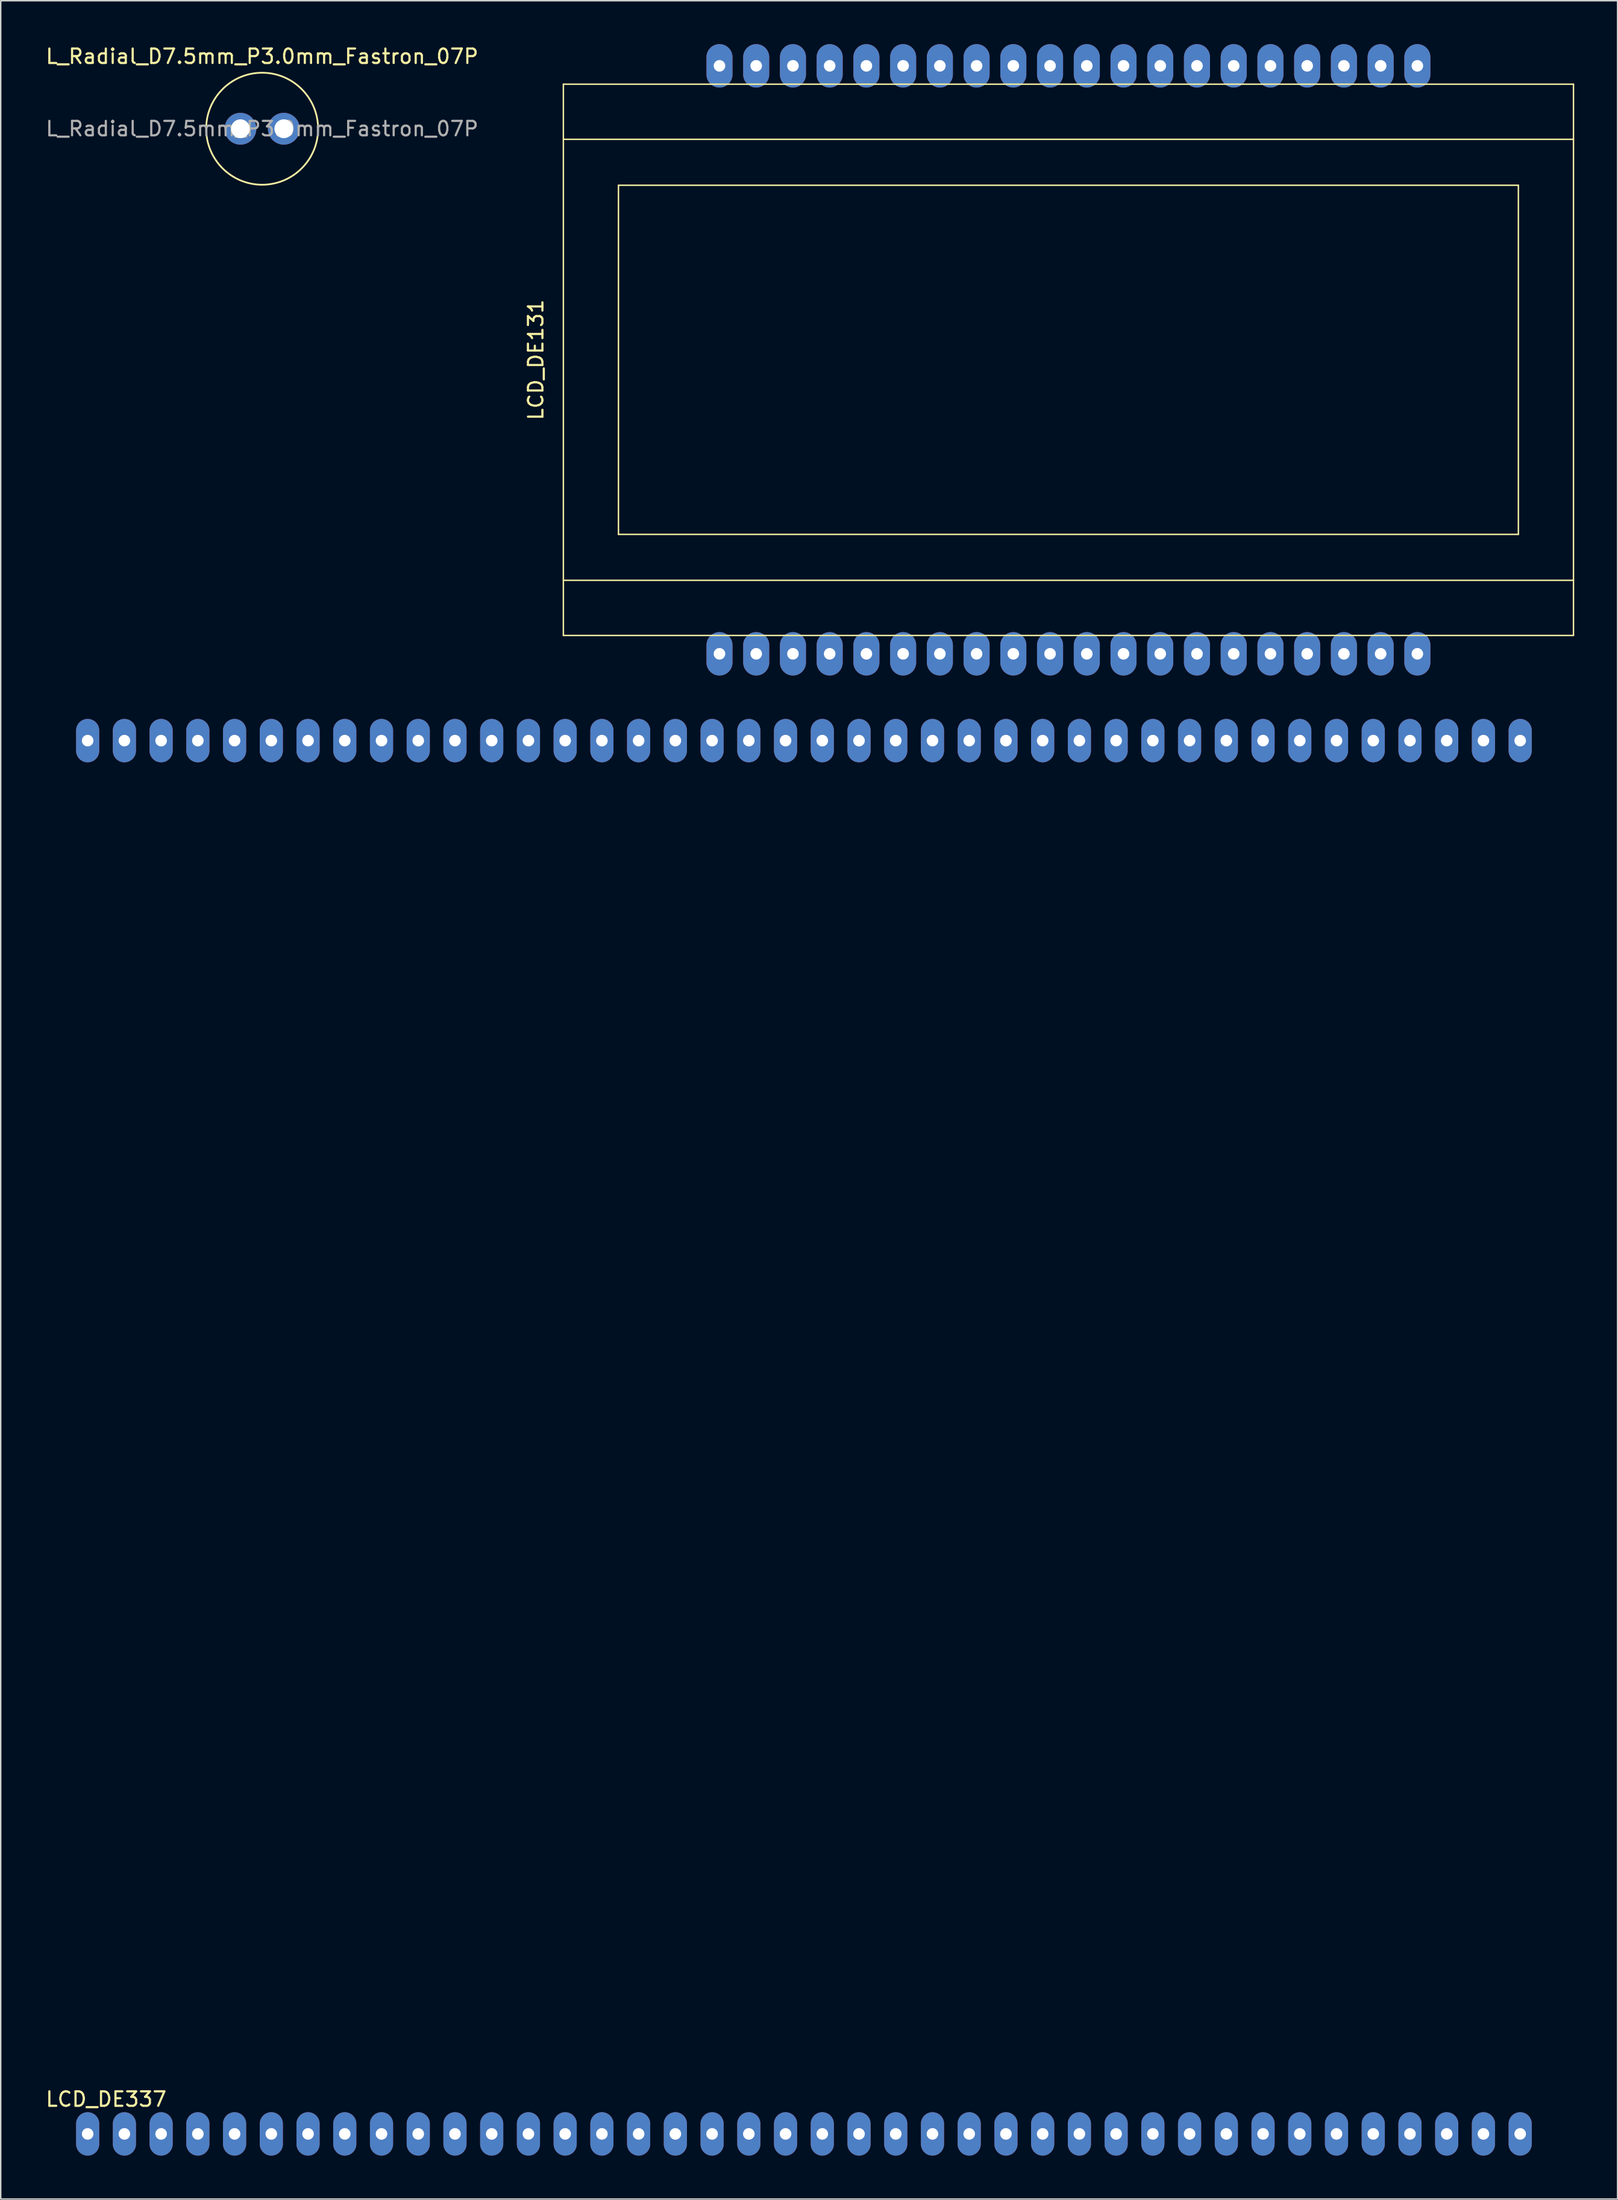
<source format=kicad_pcb>
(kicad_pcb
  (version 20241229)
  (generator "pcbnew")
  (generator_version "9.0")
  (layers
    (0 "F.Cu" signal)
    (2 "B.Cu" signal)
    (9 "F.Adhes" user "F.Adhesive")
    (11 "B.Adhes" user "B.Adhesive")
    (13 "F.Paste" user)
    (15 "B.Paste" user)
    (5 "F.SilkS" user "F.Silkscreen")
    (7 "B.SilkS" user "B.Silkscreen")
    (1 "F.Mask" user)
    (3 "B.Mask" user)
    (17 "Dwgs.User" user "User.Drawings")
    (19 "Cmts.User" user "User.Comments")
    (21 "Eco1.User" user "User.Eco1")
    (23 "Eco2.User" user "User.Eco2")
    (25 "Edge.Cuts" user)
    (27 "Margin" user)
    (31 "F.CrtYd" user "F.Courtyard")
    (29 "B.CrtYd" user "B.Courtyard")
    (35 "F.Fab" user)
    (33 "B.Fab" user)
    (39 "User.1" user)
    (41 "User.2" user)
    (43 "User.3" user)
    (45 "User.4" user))
  (footprint "LCD_DE131"
    (layer "F.Cu")
    (at 70.833 21.82)
    (property "Reference" "LCD_DE131" (at -36.83 0 90) (unlocked yes) (layer "F.SilkS") (effects (font (size 1 1) (thickness 0.15))))
    (attr through_hole)
    (fp_line (start -34.925 -19.05) (end -34.925 19.05) (stroke (width 0.1) (type solid)) (layer "F.SilkS"))
    (fp_line (start -34.925 19.05) (end 34.925 19.05) (stroke (width 0.1) (type solid)) (layer "F.SilkS"))
    (fp_line (start -31.115 12.065) (end -31.115 -12.065) (stroke (width 0.1) (type solid)) (layer "F.SilkS"))
    (fp_line (start 31.115 -12.065) (end -31.115 -12.065) (stroke (width 0.1) (type solid)) (layer "F.SilkS"))
    (fp_line (start 31.115 -12.065) (end 31.115 12.065) (stroke (width 0.1) (type solid)) (layer "F.SilkS"))
    (fp_line (start 31.115 12.065) (end -31.115 12.065) (stroke (width 0.1) (type solid)) (layer "F.SilkS"))
    (fp_line (start 34.925 -19.05) (end -34.925 -19.05) (stroke (width 0.1) (type solid)) (layer "F.SilkS"))
    (fp_line (start 34.925 -19.05) (end 34.925 19.05) (stroke (width 0.1) (type solid)) (layer "F.SilkS"))
    (fp_line (start 34.925 -15.24) (end -34.925 -15.24) (stroke (width 0.1) (type solid)) (layer "F.SilkS"))
    (fp_line (start 34.925 15.24) (end -34.925 15.24) (stroke (width 0.1) (type solid)) (layer "F.SilkS"))
    (pad "1" thru_hole oval (at -24.13 20.32) (size 1.8 3) (drill 0.8) (layers "*.Cu" "*.Mask"))
    (pad "2" thru_hole oval (at -21.59 20.32) (size 1.8 3) (drill 0.8) (layers "*.Cu" "*.Mask"))
    (pad "3" thru_hole oval (at -19.05 20.32) (size 1.8 3) (drill 0.8) (layers "*.Cu" "*.Mask"))
    (pad "4" thru_hole oval (at -16.51 20.32) (size 1.8 3) (drill 0.8) (layers "*.Cu" "*.Mask"))
    (pad "5" thru_hole oval (at -13.97 20.32) (size 1.8 3) (drill 0.8) (layers "*.Cu" "*.Mask"))
    (pad "6" thru_hole oval (at -11.43 20.32) (size 1.8 3) (drill 0.8) (layers "*.Cu" "*.Mask"))
    (pad "7" thru_hole oval (at -8.89 20.32) (size 1.8 3) (drill 0.8) (layers "*.Cu" "*.Mask"))
    (pad "8" thru_hole oval (at -6.35 20.32) (size 1.8 3) (drill 0.8) (layers "*.Cu" "*.Mask"))
    (pad "9" thru_hole oval (at -3.81 20.32) (size 1.8 3) (drill 0.8) (layers "*.Cu" "*.Mask"))
    (pad "10" thru_hole oval (at -1.27 20.32) (size 1.8 3) (drill 0.8) (layers "*.Cu" "*.Mask"))
    (pad "11" thru_hole oval (at 1.27 20.32) (size 1.8 3) (drill 0.8) (layers "*.Cu" "*.Mask"))
    (pad "12" thru_hole oval (at 3.81 20.32) (size 1.8 3) (drill 0.8) (layers "*.Cu" "*.Mask"))
    (pad "13" thru_hole oval (at 6.35 20.32) (size 1.8 3) (drill 0.8) (layers "*.Cu" "*.Mask"))
    (pad "14" thru_hole oval (at 8.89 20.32) (size 1.8 3) (drill 0.8) (layers "*.Cu" "*.Mask"))
    (pad "15" thru_hole oval (at 11.43 20.32) (size 1.8 3) (drill 0.8) (layers "*.Cu" "*.Mask"))
    (pad "16" thru_hole oval (at 13.97 20.32) (size 1.8 3) (drill 0.8) (layers "*.Cu" "*.Mask"))
    (pad "17" thru_hole oval (at 16.51 20.32) (size 1.8 3) (drill 0.8) (layers "*.Cu" "*.Mask"))
    (pad "18" thru_hole oval (at 19.05 20.32) (size 1.8 3) (drill 0.8) (layers "*.Cu" "*.Mask"))
    (pad "19" thru_hole oval (at 21.59 20.32) (size 1.8 3) (drill 0.8) (layers "*.Cu" "*.Mask"))
    (pad "20" thru_hole oval (at 24.13 20.32) (size 1.8 3) (drill 0.8) (layers "*.Cu" "*.Mask"))
    (pad "21" thru_hole oval (at 24.13 -20.32) (size 1.8 3) (drill 0.8) (layers "*.Cu" "*.Mask"))
    (pad "22" thru_hole oval (at 21.59 -20.32) (size 1.8 3) (drill 0.8) (layers "*.Cu" "*.Mask"))
    (pad "23" thru_hole oval (at 19.05 -20.32) (size 1.8 3) (drill 0.8) (layers "*.Cu" "*.Mask"))
    (pad "24" thru_hole oval (at 16.51 -20.32) (size 1.8 3) (drill 0.8) (layers "*.Cu" "*.Mask"))
    (pad "25" thru_hole oval (at 13.97 -20.32) (size 1.8 3) (drill 0.8) (layers "*.Cu" "*.Mask"))
    (pad "26" thru_hole oval (at 11.43 -20.32) (size 1.8 3) (drill 0.8) (layers "*.Cu" "*.Mask"))
    (pad "27" thru_hole oval (at 8.89 -20.32) (size 1.8 3) (drill 0.8) (layers "*.Cu" "*.Mask"))
    (pad "28" thru_hole oval (at 6.35 -20.32) (size 1.8 3) (drill 0.8) (layers "*.Cu" "*.Mask"))
    (pad "29" thru_hole oval (at 3.81 -20.32) (size 1.8 3) (drill 0.8) (layers "*.Cu" "*.Mask"))
    (pad "30" thru_hole oval (at 1.27 -20.32) (size 1.8 3) (drill 0.8) (layers "*.Cu" "*.Mask"))
    (pad "31" thru_hole oval (at -1.27 -20.32) (size 1.8 3) (drill 0.8) (layers "*.Cu" "*.Mask"))
    (pad "32" thru_hole oval (at -3.81 -20.32) (size 1.8 3) (drill 0.8) (layers "*.Cu" "*.Mask"))
    (pad "33" thru_hole oval (at -6.35 -20.32) (size 1.8 3) (drill 0.8) (layers "*.Cu" "*.Mask"))
    (pad "34" thru_hole oval (at -8.89 -20.32) (size 1.8 3) (drill 0.8) (layers "*.Cu" "*.Mask"))
    (pad "35" thru_hole oval (at -11.43 -20.32) (size 1.8 3) (drill 0.8) (layers "*.Cu" "*.Mask"))
    (pad "36" thru_hole oval (at -13.97 -20.32) (size 1.8 3) (drill 0.8) (layers "*.Cu" "*.Mask"))
    (pad "37" thru_hole oval (at -16.51 -20.32) (size 1.8 3) (drill 0.8) (layers "*.Cu" "*.Mask"))
    (pad "38" thru_hole oval (at -19.05 -20.32) (size 1.8 3) (drill 0.8) (layers "*.Cu" "*.Mask"))
    (pad "39" thru_hole oval (at -21.59 -20.32) (size 1.8 3) (drill 0.8) (layers "*.Cu" "*.Mask"))
    (pad "40" thru_hole oval (at -24.13 -20.32) (size 1.8 3) (drill 0.8) (layers "*.Cu" "*.Mask")))
  (footprint "L_Radial_D7.5mm_P3.0mm_Fastron_07P"
    (layer "F.Cu")
    (at 15.077 5.848)
    (property "Reference" "L_Radial_D7.5mm_P3.0mm_Fastron_07P" (at 0 -5 0) (layer "F.SilkS") (effects (font (size 1 1) (thickness 0.15))))
    (attr through_hole)
    (fp_circle (center 0 0) (end 3.87 0) (stroke (width 0.12) (type solid)) (fill no) (layer "F.SilkS"))
    (fp_text user "${REFERENCE}" (at 0 0 0) (layer "F.Fab") (effects (font (size 1 1) (thickness 0.15))))
    (pad "1" thru_hole circle (at -1.5 0) (size 2.2 2.2) (drill 1.3) (layers "*.Cu" "*.Mask"))
    (pad "2" thru_hole circle (at 1.5 0) (size 2.2 2.2) (drill 1.3) (layers "*.Cu" "*.Mask")))
  (footprint "LCD_DE337"
    (layer "F.Cu")
    (at 52.542 96.29)
    (property "Reference" "LCD_DE337" (at -48.25 45.75 0) (unlocked yes) (layer "F.SilkS") (effects (font (size 1 1) (thickness 0.15))))
    (attr through_hole)
    (pad "1" thru_hole oval (at -49.53 48.15) (size 1.6 3) (drill 0.8) (layers "*.Cu" "*.Mask"))
    (pad "2" thru_hole oval (at -46.99 48.15) (size 1.6 3) (drill 0.8) (layers "*.Cu" "*.Mask"))
    (pad "3" thru_hole oval (at -44.45 48.15) (size 1.6 3) (drill 0.8) (layers "*.Cu" "*.Mask"))
    (pad "4" thru_hole oval (at -41.91 48.15) (size 1.6 3) (drill 0.8) (layers "*.Cu" "*.Mask"))
    (pad "5" thru_hole oval (at -39.37 48.15) (size 1.6 3) (drill 0.8) (layers "*.Cu" "*.Mask"))
    (pad "6" thru_hole oval (at -36.83 48.15) (size 1.6 3) (drill 0.8) (layers "*.Cu" "*.Mask"))
    (pad "7" thru_hole oval (at -34.29 48.15) (size 1.6 3) (drill 0.8) (layers "*.Cu" "*.Mask"))
    (pad "8" thru_hole oval (at -31.75 48.15) (size 1.6 3) (drill 0.8) (layers "*.Cu" "*.Mask"))
    (pad "9" thru_hole oval (at -29.21 48.15) (size 1.6 3) (drill 0.8) (layers "*.Cu" "*.Mask"))
    (pad "10" thru_hole oval (at -26.67 48.15) (size 1.6 3) (drill 0.8) (layers "*.Cu" "*.Mask"))
    (pad "11" thru_hole oval (at -24.13 48.15) (size 1.6 3) (drill 0.8) (layers "*.Cu" "*.Mask"))
    (pad "12" thru_hole oval (at -21.59 48.15) (size 1.6 3) (drill 0.8) (layers "*.Cu" "*.Mask"))
    (pad "13" thru_hole oval (at -19.05 48.15) (size 1.6 3) (drill 0.8) (layers "*.Cu" "*.Mask"))
    (pad "14" thru_hole oval (at -16.51 48.15) (size 1.6 3) (drill 0.8) (layers "*.Cu" "*.Mask"))
    (pad "15" thru_hole oval (at -13.97 48.15) (size 1.6 3) (drill 0.8) (layers "*.Cu" "*.Mask"))
    (pad "16" thru_hole oval (at -11.43 48.15) (size 1.6 3) (drill 0.8) (layers "*.Cu" "*.Mask"))
    (pad "17" thru_hole oval (at -8.89 48.15) (size 1.6 3) (drill 0.8) (layers "*.Cu" "*.Mask"))
    (pad "18" thru_hole oval (at -6.35 48.15) (size 1.6 3) (drill 0.8) (layers "*.Cu" "*.Mask"))
    (pad "19" thru_hole oval (at -3.81 48.15) (size 1.6 3) (drill 0.8) (layers "*.Cu" "*.Mask"))
    (pad "20" thru_hole oval (at -1.27 48.15) (size 1.6 3) (drill 0.8) (layers "*.Cu" "*.Mask"))
    (pad "21" thru_hole oval (at 1.27 48.15) (size 1.6 3) (drill 0.8) (layers "*.Cu" "*.Mask"))
    (pad "22" thru_hole oval (at 3.81 48.15) (size 1.6 3) (drill 0.8) (layers "*.Cu" "*.Mask"))
    (pad "23" thru_hole oval (at 6.35 48.15) (size 1.6 3) (drill 0.8) (layers "*.Cu" "*.Mask"))
    (pad "24" thru_hole oval (at 8.89 48.15) (size 1.6 3) (drill 0.8) (layers "*.Cu" "*.Mask"))
    (pad "25" thru_hole oval (at 11.43 48.15) (size 1.6 3) (drill 0.8) (layers "*.Cu" "*.Mask"))
    (pad "26" thru_hole oval (at 13.97 48.15) (size 1.6 3) (drill 0.8) (layers "*.Cu" "*.Mask"))
    (pad "27" thru_hole oval (at 16.51 48.15) (size 1.6 3) (drill 0.8) (layers "*.Cu" "*.Mask"))
    (pad "28" thru_hole oval (at 19.05 48.15) (size 1.6 3) (drill 0.8) (layers "*.Cu" "*.Mask"))
    (pad "29" thru_hole oval (at 21.59 48.15) (size 1.6 3) (drill 0.8) (layers "*.Cu" "*.Mask"))
    (pad "30" thru_hole oval (at 24.13 48.15) (size 1.6 3) (drill 0.8) (layers "*.Cu" "*.Mask"))
    (pad "31" thru_hole oval (at 26.67 48.15) (size 1.6 3) (drill 0.8) (layers "*.Cu" "*.Mask"))
    (pad "32" thru_hole oval (at 29.21 48.15) (size 1.6 3) (drill 0.8) (layers "*.Cu" "*.Mask"))
    (pad "33" thru_hole oval (at 31.75 48.15) (size 1.6 3) (drill 0.8) (layers "*.Cu" "*.Mask"))
    (pad "34" thru_hole oval (at 34.29 48.15) (size 1.6 3) (drill 0.8) (layers "*.Cu" "*.Mask"))
    (pad "35" thru_hole oval (at 36.83 48.15) (size 1.6 3) (drill 0.8) (layers "*.Cu" "*.Mask"))
    (pad "36" thru_hole oval (at 39.37 48.15) (size 1.6 3) (drill 0.8) (layers "*.Cu" "*.Mask"))
    (pad "37" thru_hole oval (at 41.91 48.15) (size 1.6 3) (drill 0.8) (layers "*.Cu" "*.Mask"))
    (pad "38" thru_hole oval (at 44.45 48.15) (size 1.6 3) (drill 0.8) (layers "*.Cu" "*.Mask"))
    (pad "39" thru_hole oval (at 46.99 48.15) (size 1.6 3) (drill 0.8) (layers "*.Cu" "*.Mask"))
    (pad "40" thru_hole oval (at 49.53 48.15) (size 1.6 3) (drill 0.8) (layers "*.Cu" "*.Mask"))
    (pad "41" thru_hole oval (at 49.53 -48.15) (size 1.6 3) (drill 0.8) (layers "*.Cu" "*.Mask"))
    (pad "42" thru_hole oval (at 46.99 -48.15) (size 1.6 3) (drill 0.8) (layers "*.Cu" "*.Mask"))
    (pad "43" thru_hole oval (at 44.45 -48.15) (size 1.6 3) (drill 0.8) (layers "*.Cu" "*.Mask"))
    (pad "44" thru_hole oval (at 41.91 -48.15) (size 1.6 3) (drill 0.8) (layers "*.Cu" "*.Mask"))
    (pad "45" thru_hole oval (at 39.37 -48.15) (size 1.6 3) (drill 0.8) (layers "*.Cu" "*.Mask"))
    (pad "46" thru_hole oval (at 36.83 -48.15) (size 1.6 3) (drill 0.8) (layers "*.Cu" "*.Mask"))
    (pad "47" thru_hole oval (at 34.29 -48.15) (size 1.6 3) (drill 0.8) (layers "*.Cu" "*.Mask"))
    (pad "48" thru_hole oval (at 31.75 -48.15) (size 1.6 3) (drill 0.8) (layers "*.Cu" "*.Mask"))
    (pad "49" thru_hole oval (at 29.21 -48.15) (size 1.6 3) (drill 0.8) (layers "*.Cu" "*.Mask"))
    (pad "50" thru_hole oval (at 26.67 -48.15) (size 1.6 3) (drill 0.8) (layers "*.Cu" "*.Mask"))
    (pad "51" thru_hole oval (at 24.13 -48.15) (size 1.6 3) (drill 0.8) (layers "*.Cu" "*.Mask"))
    (pad "52" thru_hole oval (at 21.59 -48.15) (size 1.6 3) (drill 0.8) (layers "*.Cu" "*.Mask"))
    (pad "53" thru_hole oval (at 19.05 -48.15) (size 1.6 3) (drill 0.8) (layers "*.Cu" "*.Mask"))
    (pad "54" thru_hole oval (at 16.51 -48.15) (size 1.6 3) (drill 0.8) (layers "*.Cu" "*.Mask"))
    (pad "55" thru_hole oval (at 13.97 -48.15) (size 1.6 3) (drill 0.8) (layers "*.Cu" "*.Mask"))
    (pad "56" thru_hole oval (at 11.43 -48.15) (size 1.6 3) (drill 0.8) (layers "*.Cu" "*.Mask"))
    (pad "57" thru_hole oval (at 8.89 -48.15) (size 1.6 3) (drill 0.8) (layers "*.Cu" "*.Mask"))
    (pad "58" thru_hole oval (at 6.35 -48.15) (size 1.6 3) (drill 0.8) (layers "*.Cu" "*.Mask"))
    (pad "59" thru_hole oval (at 3.81 -48.15) (size 1.6 3) (drill 0.8) (layers "*.Cu" "*.Mask"))
    (pad "60" thru_hole oval (at 1.27 -48.15) (size 1.6 3) (drill 0.8) (layers "*.Cu" "*.Mask"))
    (pad "61" thru_hole oval (at -1.27 -48.15) (size 1.6 3) (drill 0.8) (layers "*.Cu" "*.Mask"))
    (pad "62" thru_hole oval (at -3.81 -48.15) (size 1.6 3) (drill 0.8) (layers "*.Cu" "*.Mask"))
    (pad "63" thru_hole oval (at -6.35 -48.15) (size 1.6 3) (drill 0.8) (layers "*.Cu" "*.Mask"))
    (pad "64" thru_hole oval (at -8.89 -48.15) (size 1.6 3) (drill 0.8) (layers "*.Cu" "*.Mask"))
    (pad "65" thru_hole oval (at -11.43 -48.15) (size 1.6 3) (drill 0.8) (layers "*.Cu" "*.Mask"))
    (pad "66" thru_hole oval (at -13.97 -48.15) (size 1.6 3) (drill 0.8) (layers "*.Cu" "*.Mask"))
    (pad "67" thru_hole oval (at -16.51 -48.15) (size 1.6 3) (drill 0.8) (layers "*.Cu" "*.Mask"))
    (pad "68" thru_hole oval (at -19.05 -48.15) (size 1.6 3) (drill 0.8) (layers "*.Cu" "*.Mask"))
    (pad "69" thru_hole oval (at -21.59 -48.15) (size 1.6 3) (drill 0.8) (layers "*.Cu" "*.Mask"))
    (pad "70" thru_hole oval (at -24.13 -48.15) (size 1.6 3) (drill 0.8) (layers "*.Cu" "*.Mask"))
    (pad "71" thru_hole oval (at -26.67 -48.15) (size 1.6 3) (drill 0.8) (layers "*.Cu" "*.Mask"))
    (pad "72" thru_hole oval (at -29.21 -48.15) (size 1.6 3) (drill 0.8) (layers "*.Cu" "*.Mask"))
    (pad "73" thru_hole oval (at -31.75 -48.15) (size 1.6 3) (drill 0.8) (layers "*.Cu" "*.Mask"))
    (pad "74" thru_hole oval (at -34.29 -48.15) (size 1.6 3) (drill 0.8) (layers "*.Cu" "*.Mask"))
    (pad "75" thru_hole oval (at -36.83 -48.15) (size 1.6 3) (drill 0.8) (layers "*.Cu" "*.Mask"))
    (pad "76" thru_hole oval (at -39.37 -48.15) (size 1.6 3) (drill 0.8) (layers "*.Cu" "*.Mask"))
    (pad "77" thru_hole oval (at -41.91 -48.15) (size 1.6 3) (drill 0.8) (layers "*.Cu" "*.Mask"))
    (pad "78" thru_hole oval (at -44.45 -48.15) (size 1.6 3) (drill 0.8) (layers "*.Cu" "*.Mask"))
    (pad "79" thru_hole oval (at -46.99 -48.15) (size 1.6 3) (drill 0.8) (layers "*.Cu" "*.Mask"))
    (pad "80" thru_hole oval (at -49.53 -48.15) (size 1.6 3) (drill 0.8) (layers "*.Cu" "*.Mask")))
  (gr_rect
    (start -3 -3)
    (end 108.808 148.94)
    (stroke (width 0.1) (type default))
    (fill no)
    (layer "Edge.Cuts")))
</source>
